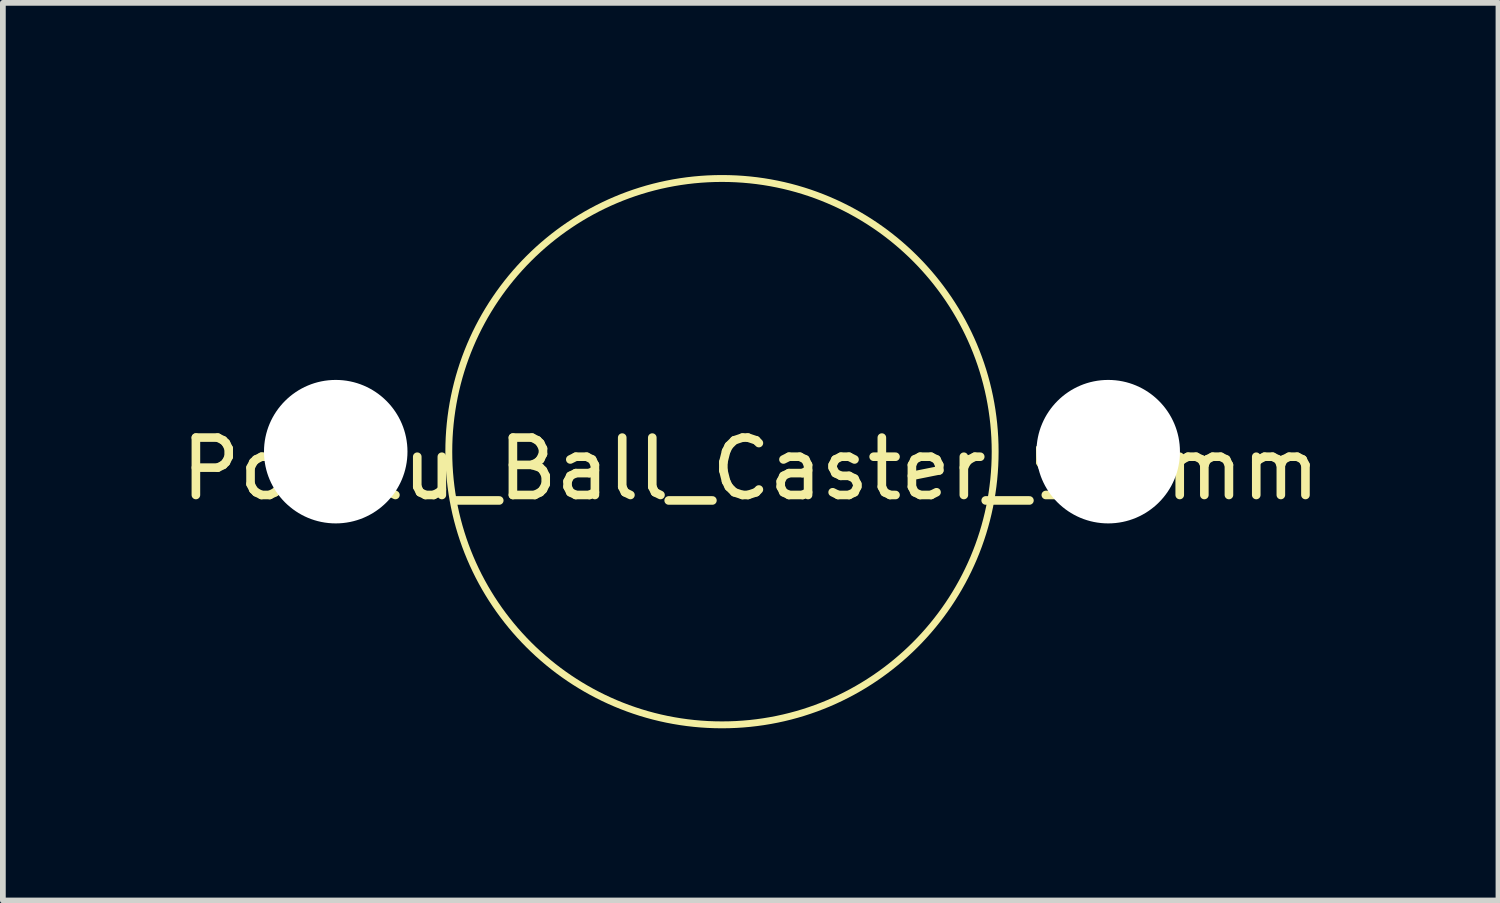
<source format=kicad_pcb>
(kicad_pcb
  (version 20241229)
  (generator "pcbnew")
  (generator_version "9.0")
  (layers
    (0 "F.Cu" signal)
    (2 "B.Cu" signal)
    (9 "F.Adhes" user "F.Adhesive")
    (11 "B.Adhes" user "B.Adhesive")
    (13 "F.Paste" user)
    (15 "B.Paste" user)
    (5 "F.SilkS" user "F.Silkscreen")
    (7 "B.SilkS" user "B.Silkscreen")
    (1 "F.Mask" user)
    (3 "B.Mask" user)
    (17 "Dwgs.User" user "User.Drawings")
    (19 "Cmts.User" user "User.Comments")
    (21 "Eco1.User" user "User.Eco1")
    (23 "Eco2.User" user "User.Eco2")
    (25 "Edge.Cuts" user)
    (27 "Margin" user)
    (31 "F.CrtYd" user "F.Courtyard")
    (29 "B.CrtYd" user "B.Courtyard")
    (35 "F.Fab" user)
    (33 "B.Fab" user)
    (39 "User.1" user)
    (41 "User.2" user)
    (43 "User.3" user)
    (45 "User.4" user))
  (footprint "Pololu_Ball_Caster_9.5mm"
    (layer "F.Cu")
    (at 9.53 4.82)
    (property "Reference" "Pololu_Ball_Caster_9.5mm" (at 0.5 0.3 0) (layer "F.SilkS") (effects (font (size 1 1) (thickness 0.15))))
    (attr through_hole)
    (fp_circle (center 0 0) (end 4.76 0) (stroke (width 0.12) (type solid)) (fill no) (layer "F.SilkS"))
    (pad "" np_thru_hole circle (at -6.73 0 180) (size 2.5 2.5) (drill 2.5) (layers "*.Cu" "*.Mask"))
    (pad "" np_thru_hole circle (at 6.73 0 180) (size 2.5 2.5) (drill 2.5) (layers "*.Cu" "*.Mask")))
  (gr_rect
    (start -3 -3)
    (end 23.06 12.64)
    (stroke (width 0.1) (type default))
    (fill no)
    (layer "Edge.Cuts")))
</source>
